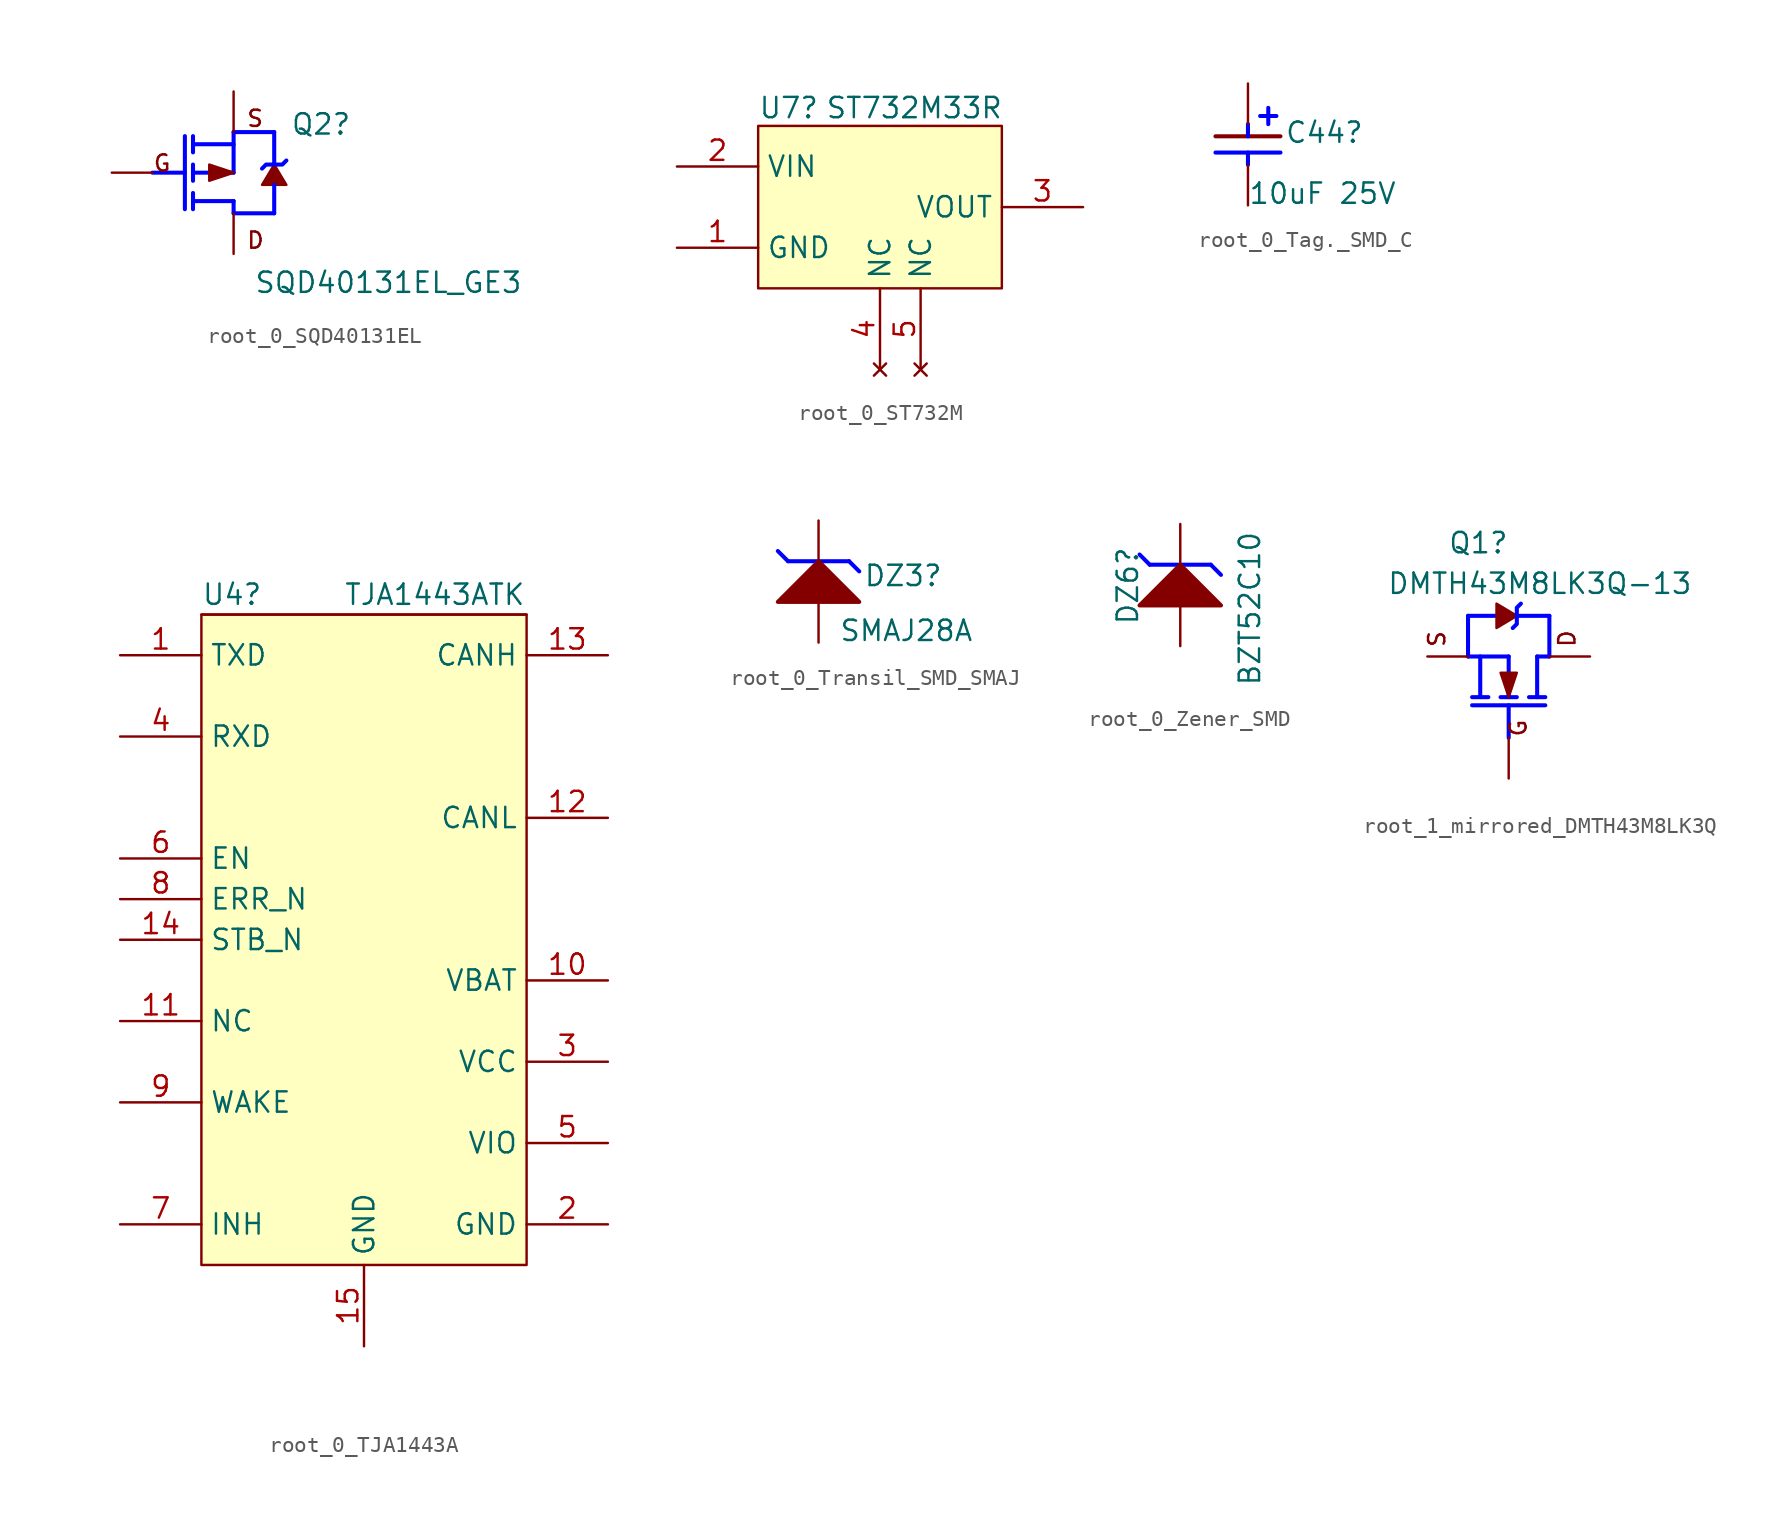
<source format=kicad_sym>
(kicad_symbol_lib
  (version 20220914)
  (generator kicad_symbol_editor)
  (symbol "root_0_SQD40131EL"
    (property "Reference" "Q2"
      (at 8.636 -0.254 0)
      (effects (font (size 1.27 1.27)) (justify left bottom)))
    (property "Value" "SQD40131EL_GE3"
      (at 6.35 -10.16 0)
      (effects (font (size 1.27 1.27)) (justify left bottom)))
    (symbol "root_0_SQD40131EL_1_0"
      (polyline (pts (xy 0 -2.54) (xy 2.032 -2.54)) (stroke (width 0.254) (type solid) (color 0 0 255 1)) (fill (type none)))
      (polyline (pts (xy 2.032 -0.254) (xy 2.032 -4.826)) (stroke (width 0.254) (type solid) (color 0 0 255 1)) (fill (type none)))
      (polyline (pts (xy 2.54 -4.826) (xy 2.54 -3.81)) (stroke (width 0.254) (type solid) (color 0 0 255 1)) (fill (type none)))
      (polyline (pts (xy 2.54 -3.048) (xy 2.54 -2.032)) (stroke (width 0.254) (type solid) (color 0 0 255 1)) (fill (type none)))
      (polyline (pts (xy 2.54 -0.254) (xy 2.54 -1.27)) (stroke (width 0.254) (type solid) (color 0 0 255 1)) (fill (type none)))
      (polyline (pts (xy 5.08 -5.08) (xy 5.08 -4.318)) (stroke (width 0.254) (type solid) (color 0 0 255 1)) (fill (type none)))
      (polyline (pts (xy 5.08 -5.08) (xy 7.62 -5.08)) (stroke (width 0.254) (type solid) (color 0 0 255 1)) (fill (type none)))
      (polyline (pts (xy 5.08 -4.318) (xy 2.54 -4.318)) (stroke (width 0.254) (type solid) (color 0 0 255 1)) (fill (type none)))
      (polyline (pts (xy 5.08 -2.54) (xy 2.54 -2.54)) (stroke (width 0.254) (type solid) (color 0 0 255 1)) (fill (type none)))
      (polyline (pts (xy 5.08 -0.762) (xy 2.54 -0.762)) (stroke (width 0.254) (type solid) (color 0 0 255 1)) (fill (type none)))
      (polyline (pts (xy 5.08 0) (xy 5.08 -2.54)) (stroke (width 0.254) (type solid) (color 0 0 255 1)) (fill (type none)))
      (polyline (pts (xy 5.08 0) (xy 7.62 0)) (stroke (width 0.254) (type solid) (color 0 0 255 1)) (fill (type none)))
      (polyline (pts (xy 7.62 -5.08) (xy 7.62 -3.302)) (stroke (width 0.254) (type solid) (color 0 0 255 1)) (fill (type none)))
      (polyline (pts (xy 7.62 0) (xy 7.62 -2.032)) (stroke (width 0.254) (type solid) (color 0 0 255 1)) (fill (type none)))
      (polyline (pts (xy 5.08 -2.54) (xy 3.556 -2.032) (xy 3.556 -3.048) (xy 5.08 -2.54)) (stroke (width 0) (type solid)) (fill (type outline)))
      (polyline (pts (xy 7.62 -2.032) (xy 6.858 -3.302) (xy 8.382 -3.302) (xy 7.62 -2.032)) (stroke (width 0) (type solid)) (fill (type outline)))
      (polyline (pts (xy 8.382 -1.778) (xy 8.128 -2.032) (xy 7.112 -2.032) (xy 6.858 -2.286)) (stroke (width 0.254) (type solid) (color 0 0 255 1)) (fill (type none)))
      (text "D" (at 5.842 -7.366 0) (effects (font (size 1.016 1.016)) (justify left bottom)))
      (text "G" (at 0 -2.54 0) (effects (font (size 1.016 1.016)) (justify left bottom)))
      (text "S" (at 5.842 0.254 0) (effects (font (size 1.016 1.016)) (justify left bottom)))
      (pin passive line (at -2.54 -2.54 0) (length 2.54) (name "G" (effects (font (size 0 0)))) (number "1" (effects (font (size 0 0)))))
      (pin passive line (at 5.08 -7.62 90) (length 2.54) (name "D" (effects (font (size 0 0)))) (number "2" (effects (font (size 0 0)))))
      (pin passive line (at 5.08 2.54 270) (length 2.54) (name "S" (effects (font (size 0 0)))) (number "3" (effects (font (size 0 0)))))))
  (symbol "root_0_ST732M"
    (property "Reference" "U7"
      (at 0 0.381 0)
      (effects (font (size 1.27 1.27)) (justify left bottom)))
    (property "Value" "ST732M33R"
      (at 4.191 0.381 0)
      (effects (font (size 1.27 1.27)) (justify left bottom)))
    (symbol "root_0_ST732M_1_0"
      (rectangle (start 15.24 0) (end 0 -10.16) (stroke (width 0) (type solid)) (fill (type background)))
      (pin power_in line (at -5.08 -7.62 0) (length 5.08) (name "GND" (effects (font (size 1.27 1.27)))) (number "1" (effects (font (size 1.27 1.27)))))
      (pin passive line (at -5.08 -2.54 0) (length 5.08) (name "VIN" (effects (font (size 1.27 1.27)))) (number "2" (effects (font (size 1.27 1.27)))))
      (pin passive line (at 20.32 -5.08 180) (length 5.08) (name "VOUT" (effects (font (size 1.27 1.27)))) (number "3" (effects (font (size 1.27 1.27)))))
      (pin no_connect line (at 7.62 -15.24 90) (length 5.08) (name "NC" (effects (font (size 1.27 1.27)))) (number "4" (effects (font (size 1.27 1.27)))))
      (pin no_connect line (at 10.16 -15.24 90) (length 5.08) (name "NC" (effects (font (size 1.27 1.27)))) (number "5" (effects (font (size 1.27 1.27)))))))
  (symbol "root_0_Tag._SMD_C"
    (property "Reference" "C44"
      (at 2.286 -1.27 0)
      (effects (font (size 1.27 1.27)) (justify left bottom)))
    (property "Value" "10uF 25V"
      (at 0 -5.08 0)
      (effects (font (size 1.27 1.27)) (justify left bottom)))
    (symbol "root_0_Tag._SMD_C_1_0"
      (polyline (pts (xy -2.032 -1.778) (xy 2.032 -1.778)) (stroke (width 0.254) (type solid) (color 0 0 255 1)) (fill (type none)))
      (polyline (pts (xy -2.032 -0.762) (xy 2.032 -0.762)) (stroke (width 0.254) (type solid)) (fill (type none)))
      (polyline (pts (xy 0 -2.54) (xy 0 -1.778)) (stroke (width 0.254) (type solid) (color 0 0 255 1)) (fill (type none)))
      (polyline (pts (xy 0 0) (xy 0 -0.762)) (stroke (width 0.254) (type solid) (color 0 0 255 1)) (fill (type none)))
      (polyline (pts (xy 0.762 0.508) (xy 1.778 0.508)) (stroke (width 0.254) (type solid) (color 0 0 255 1)) (fill (type none)))
      (polyline (pts (xy 1.27 0) (xy 1.27 1.016)) (stroke (width 0.254) (type solid) (color 0 0 255 1)) (fill (type none)))
      (pin passive line (at 0 2.54 270) (length 2.54) (name "1" (effects (font (size 0 0)))) (number "1" (effects (font (size 0 0)))))
      (pin passive line (at 0 -5.08 90) (length 2.54) (name "2" (effects (font (size 0 0)))) (number "2" (effects (font (size 0 0)))))))
  (symbol "root_0_TJA1443A"
    (property "Reference" "U4"
      (at 0 0.508 0)
      (effects (font (size 1.27 1.27)) (justify left bottom)))
    (property "Value" "TJA1443ATK"
      (at 8.89 0.508 0)
      (effects (font (size 1.27 1.27)) (justify left bottom)))
    (symbol "root_0_TJA1443A_1_0"
      (rectangle (start 20.32 0) (end 0 -40.64) (stroke (width 0) (type solid)) (fill (type background)))
      (rectangle (start 20.32 0) (end 0 0) (stroke (width 0) (type solid)) (fill (type background)))
      (pin passive line (at -5.08 -2.54 0) (length 5.08) (name "TXD" (effects (font (size 1.27 1.27)))) (number "1" (effects (font (size 1.27 1.27)))))
      (pin power_in line (at 25.4 -22.86 180) (length 5.08) (name "VBAT" (effects (font (size 1.27 1.27)))) (number "10" (effects (font (size 1.27 1.27)))))
      (pin passive line (at -5.08 -25.4 0) (length 5.08) (name "NC" (effects (font (size 1.27 1.27)))) (number "11" (effects (font (size 1.27 1.27)))))
      (pin passive line (at 25.4 -12.7 180) (length 5.08) (name "CANL" (effects (font (size 1.27 1.27)))) (number "12" (effects (font (size 1.27 1.27)))))
      (pin passive line (at 25.4 -2.54 180) (length 5.08) (name "CANH" (effects (font (size 1.27 1.27)))) (number "13" (effects (font (size 1.27 1.27)))))
      (pin input line (at -5.08 -20.32 0) (length 5.08) (name "STB_N" (effects (font (size 1.27 1.27)))) (number "14" (effects (font (size 1.27 1.27)))))
      (pin power_in line (at 10.16 -45.72 90) (length 5.08) (name "GND" (effects (font (size 1.27 1.27)))) (number "15" (effects (font (size 1.27 1.27)))))
      (pin power_in line (at 25.4 -38.1 180) (length 5.08) (name "GND" (effects (font (size 1.27 1.27)))) (number "2" (effects (font (size 1.27 1.27)))))
      (pin power_in line (at 25.4 -27.94 180) (length 5.08) (name "VCC" (effects (font (size 1.27 1.27)))) (number "3" (effects (font (size 1.27 1.27)))))
      (pin passive line (at -5.08 -7.62 0) (length 5.08) (name "RXD" (effects (font (size 1.27 1.27)))) (number "4" (effects (font (size 1.27 1.27)))))
      (pin power_in line (at 25.4 -33.02 180) (length 5.08) (name "VIO" (effects (font (size 1.27 1.27)))) (number "5" (effects (font (size 1.27 1.27)))))
      (pin input line (at -5.08 -15.24 0) (length 5.08) (name "EN" (effects (font (size 1.27 1.27)))) (number "6" (effects (font (size 1.27 1.27)))))
      (pin passive line (at -5.08 -38.1 0) (length 5.08) (name "INH" (effects (font (size 1.27 1.27)))) (number "7" (effects (font (size 1.27 1.27)))))
      (pin output line (at -5.08 -17.78 0) (length 5.08) (name "ERR_N" (effects (font (size 1.27 1.27)))) (number "8" (effects (font (size 1.27 1.27)))))
      (pin passive line (at -5.08 -30.48 0) (length 5.08) (name "WAKE" (effects (font (size 1.27 1.27)))) (number "9" (effects (font (size 1.27 1.27)))))))
  (symbol "root_0_Transil_SMD_SMAJ"
    (property "Reference" "DZ3"
      (at 2.794 -1.651 0)
      (effects (font (size 1.27 1.27)) (justify left bottom)))
    (property "Value" "SMAJ28A"
      (at 1.27 -5.08 0)
      (effects (font (size 1.27 1.27)) (justify left bottom)))
    (symbol "root_0_Transil_SMD_SMAJ_1_0"
      (polyline (pts (xy -1.905 0) (xy -2.54 0.635)) (stroke (width 0.254) (type solid) (color 0 0 255 1)) (fill (type none)))
      (polyline (pts (xy 1.905 0) (xy -1.905 0)) (stroke (width 0.254) (type solid) (color 0 0 255 1)) (fill (type none)))
      (polyline (pts (xy 1.905 0) (xy 2.54 -0.635)) (stroke (width 0.254) (type solid) (color 0 0 255 1)) (fill (type none)))
      (polyline (pts (xy 2.54 -2.54) (xy 0 0) (xy -2.54 -2.54) (xy 2.54 -2.54)) (stroke (width 0.254) (type solid)) (fill (type outline)))
      (pin passive line (at 0 2.54 270) (length 2.54) (name "K" (effects (font (size 0 0)))) (number "1" (effects (font (size 0 0)))))
      (pin passive line (at 0 -5.08 90) (length 2.54) (name "A" (effects (font (size 0 0)))) (number "2" (effects (font (size 0 0)))))))
  (symbol "root_0_Zener_SMD"
    (property "Reference" "DZ6"
      (at -2.54 -3.81 90)
      (effects (font (size 1.27 1.27)) (justify left bottom)))
    (property "Value" "BZT52C10"
      (at 5.08 -7.62 90)
      (effects (font (size 1.27 1.27)) (justify left bottom)))
    (symbol "root_0_Zener_SMD_1_0"
      (polyline (pts (xy -1.905 0) (xy -2.54 0.635)) (stroke (width 0.254) (type solid) (color 0 0 255 1)) (fill (type none)))
      (polyline (pts (xy 1.905 0) (xy -1.905 0)) (stroke (width 0.254) (type solid) (color 0 0 255 1)) (fill (type none)))
      (polyline (pts (xy 1.905 0) (xy 2.54 -0.635)) (stroke (width 0.254) (type solid) (color 0 0 255 1)) (fill (type none)))
      (polyline (pts (xy 2.54 -2.54) (xy 0 0) (xy -2.54 -2.54) (xy 2.54 -2.54)) (stroke (width 0.254) (type solid)) (fill (type outline)))
      (pin passive line (at 0 2.54 270) (length 2.54) (name "K" (effects (font (size 0 0)))) (number "1" (effects (font (size 0 0)))))
      (pin passive line (at 0 -5.08 90) (length 2.54) (name "A" (effects (font (size 0 0)))) (number "2" (effects (font (size 0 0)))))))
  (symbol "root_1_mirrored_DMTH43M8LK3Q"
    (property "Reference" "Q1"
      (at -6.35 11.43 0)
      (effects (font (size 1.27 1.27)) (justify left bottom)))
    (property "Value" "DMTH43M8LK3Q-13"
      (at -10.16 8.89 0)
      (effects (font (size 1.27 1.27)) (justify left bottom)))
    (symbol "root_1_mirrored_DMTH43M8LK3Q_1_0"
      (polyline (pts (xy -5.08 5.08) (xy -5.08 7.62)) (stroke (width 0.254) (type solid) (color 0 0 255 1)) (fill (type none)))
      (polyline (pts (xy -5.08 7.62) (xy -3.302 7.62)) (stroke (width 0.254) (type solid) (color 0 0 255 1)) (fill (type none)))
      (polyline (pts (xy -4.826 2.54) (xy -3.81 2.54)) (stroke (width 0.254) (type solid) (color 0 0 255 1)) (fill (type none)))
      (polyline (pts (xy -4.318 5.08) (xy -4.318 2.54)) (stroke (width 0.254) (type solid) (color 0 0 255 1)) (fill (type none)))
      (polyline (pts (xy -3.048 2.54) (xy -2.032 2.54)) (stroke (width 0.254) (type solid) (color 0 0 255 1)) (fill (type none)))
      (polyline (pts (xy -2.54 0) (xy -2.54 2.032)) (stroke (width 0.254) (type solid) (color 0 0 255 1)) (fill (type none)))
      (polyline (pts (xy -2.54 5.08) (xy -5.08 5.08)) (stroke (width 0.254) (type solid) (color 0 0 255 1)) (fill (type none)))
      (polyline (pts (xy -2.54 5.08) (xy -2.54 2.54)) (stroke (width 0.254) (type solid) (color 0 0 255 1)) (fill (type none)))
      (polyline (pts (xy -0.762 5.08) (xy -0.762 2.54)) (stroke (width 0.254) (type solid) (color 0 0 255 1)) (fill (type none)))
      (polyline (pts (xy -0.762 5.08) (xy 0 5.08)) (stroke (width 0.254) (type solid) (color 0 0 255 1)) (fill (type none)))
      (polyline (pts (xy -0.254 2.032) (xy -4.826 2.032)) (stroke (width 0.254) (type solid) (color 0 0 255 1)) (fill (type none)))
      (polyline (pts (xy -0.254 2.54) (xy -1.27 2.54)) (stroke (width 0.254) (type solid) (color 0 0 255 1)) (fill (type none)))
      (polyline (pts (xy 0 5.08) (xy 0 7.62)) (stroke (width 0.254) (type solid) (color 0 0 255 1)) (fill (type none)))
      (polyline (pts (xy 0 7.62) (xy -2.032 7.62)) (stroke (width 0.254) (type solid) (color 0 0 255 1)) (fill (type none)))
      (polyline (pts (xy -2.54 2.54) (xy -3.048 4.064) (xy -2.032 4.064) (xy -2.54 2.54)) (stroke (width 0) (type solid)) (fill (type outline)))
      (polyline (pts (xy -2.032 7.62) (xy -3.302 6.858) (xy -3.302 8.382) (xy -2.032 7.62)) (stroke (width 0) (type solid)) (fill (type outline)))
      (polyline (pts (xy -1.778 8.382) (xy -2.032 8.128) (xy -2.032 7.112) (xy -2.286 6.858)) (stroke (width 0.254) (type solid) (color 0 0 255 1)) (fill (type none)))
      (text "D" (at 0.508 5.588 900) (effects (font (size 1.016 1.016)) (justify left top)))
      (text "G" (at -2.54 0 900) (effects (font (size 1.016 1.016)) (justify left top)))
      (text "S" (at -7.62 5.588 900) (effects (font (size 1.016 1.016)) (justify left top)))
      (pin passive line (at -2.54 -2.54 90) (length 2.54) (name "G" (effects (font (size 0 0)))) (number "1" (effects (font (size 0 0)))))
      (pin passive line (at 2.54 5.08 180) (length 2.54) (name "D" (effects (font (size 0 0)))) (number "2" (effects (font (size 0 0)))))
      (pin passive line (at -7.62 5.08 0) (length 2.54) (name "S" (effects (font (size 0 0)))) (number "3" (effects (font (size 0 0))))))))
</source>
